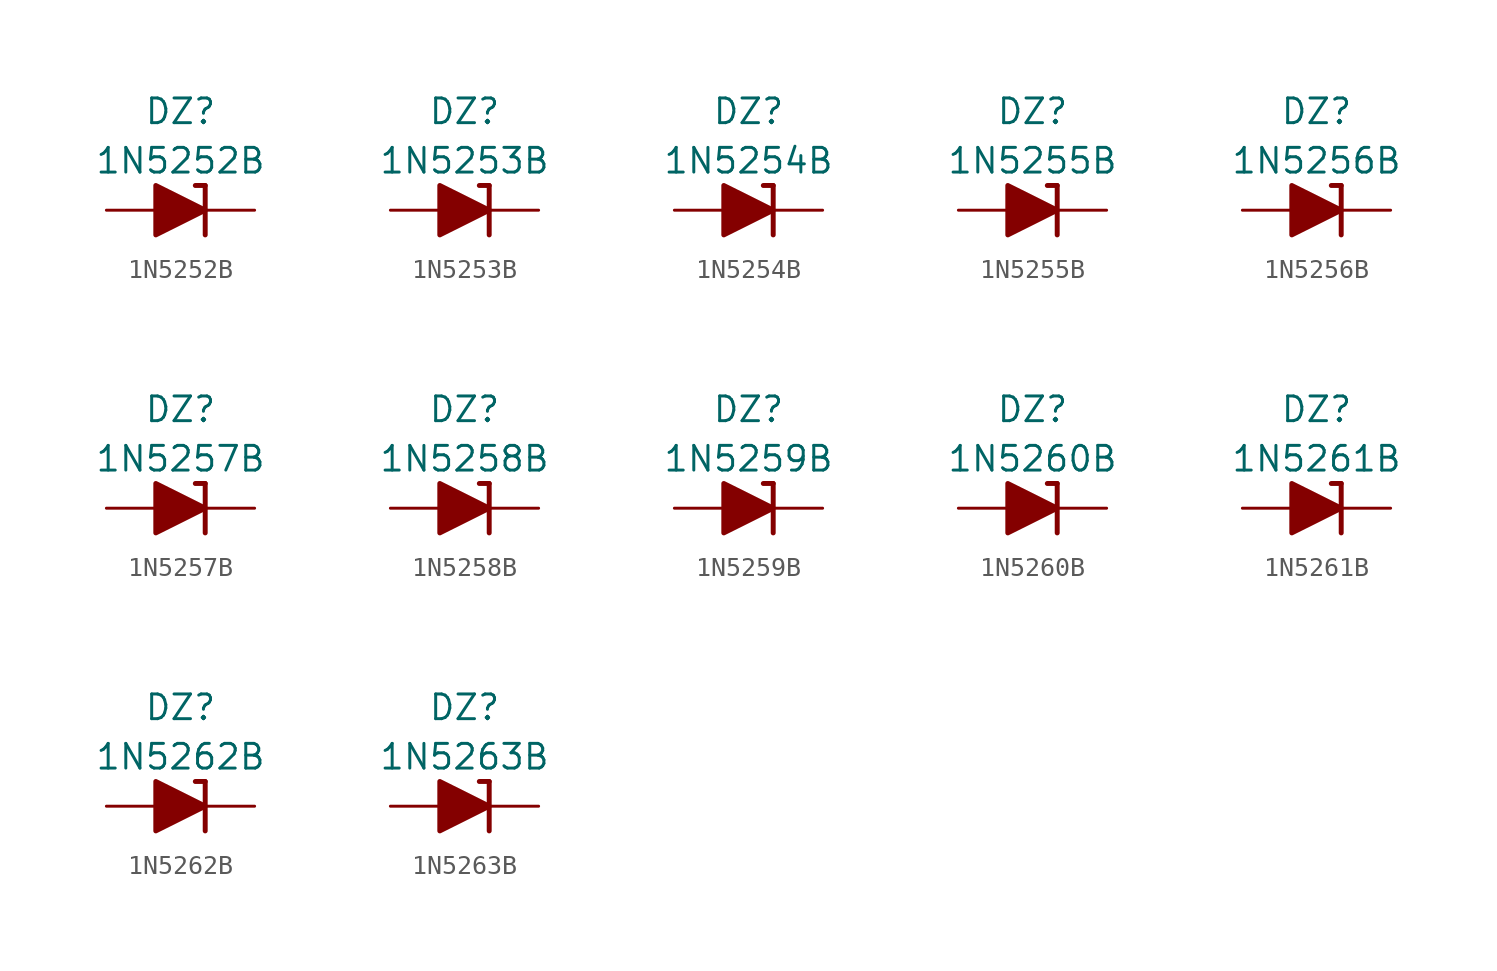
<source format=kicad_sym>
(kicad_symbol_lib
  (version 20211014)
  (generator kicad_symbol_editor)
  (symbol "1N5252B"
    (pin_numbers hide)
    (pin_names
      (offset 1.016) hide)
    (property "Reference" "DZ"
      (at 0 5.08 0)
      (effects (font (size 1.27 1.27))))
    (property "Value" "1N5252B"
      (at 0 2.54 0)
      (effects (font (size 1.27 1.27))))
    (symbol "1N5252B_0_1"
      (polyline (pts (xy -1.27 0) (xy 1.27 0)) (stroke (width 0) (type default) (color 0 0 0 0)) (fill (type none)))
      (polyline (pts (xy 1.27 1.27) (xy 0.762 1.27)) (stroke (width 0.254) (type default) (color 0 0 0 0)) (fill (type none)))
      (polyline (pts (xy 1.27 1.27) (xy 1.27 -1.27)) (stroke (width 0.254) (type default) (color 0 0 0 0)) (fill (type none)))
      (polyline (pts (xy -1.27 -1.27) (xy -1.27 1.27) (xy 1.27 0) (xy -1.27 -1.27)) (stroke (width 0.254) (type default) (color 0 0 0 0)) (fill (type outline))))
    (symbol "1N5252B_1_1"
      (pin passive line (at 3.81 0 180) (length 2.54) (name "K" (effects (font (size 1.27 1.27)))) (number "1" (effects (font (size 1.27 1.27)))))
      (pin passive line (at -3.81 0 0) (length 2.54) (name "A" (effects (font (size 1.27 1.27)))) (number "2" (effects (font (size 1.27 1.27)))))))
  (symbol "1N5253B"
    (pin_numbers hide)
    (pin_names
      (offset 1.016) hide)
    (property "Reference" "DZ"
      (at 0 5.08 0)
      (effects (font (size 1.27 1.27))))
    (property "Value" "1N5253B"
      (at 0 2.54 0)
      (effects (font (size 1.27 1.27))))
    (symbol "1N5253B_0_1"
      (polyline (pts (xy -1.27 0) (xy 1.27 0)) (stroke (width 0) (type default) (color 0 0 0 0)) (fill (type none)))
      (polyline (pts (xy 1.27 1.27) (xy 0.762 1.27)) (stroke (width 0.254) (type default) (color 0 0 0 0)) (fill (type none)))
      (polyline (pts (xy 1.27 1.27) (xy 1.27 -1.27)) (stroke (width 0.254) (type default) (color 0 0 0 0)) (fill (type none)))
      (polyline (pts (xy -1.27 -1.27) (xy -1.27 1.27) (xy 1.27 0) (xy -1.27 -1.27)) (stroke (width 0.254) (type default) (color 0 0 0 0)) (fill (type outline))))
    (symbol "1N5253B_1_1"
      (pin passive line (at 3.81 0 180) (length 2.54) (name "K" (effects (font (size 1.27 1.27)))) (number "1" (effects (font (size 1.27 1.27)))))
      (pin passive line (at -3.81 0 0) (length 2.54) (name "A" (effects (font (size 1.27 1.27)))) (number "2" (effects (font (size 1.27 1.27)))))))
  (symbol "1N5254B"
    (pin_numbers hide)
    (pin_names
      (offset 1.016) hide)
    (property "Reference" "DZ"
      (at 0 5.08 0)
      (effects (font (size 1.27 1.27))))
    (property "Value" "1N5254B"
      (at 0 2.54 0)
      (effects (font (size 1.27 1.27))))
    (symbol "1N5254B_0_1"
      (polyline (pts (xy -1.27 0) (xy 1.27 0)) (stroke (width 0) (type default) (color 0 0 0 0)) (fill (type none)))
      (polyline (pts (xy 1.27 1.27) (xy 0.762 1.27)) (stroke (width 0.254) (type default) (color 0 0 0 0)) (fill (type none)))
      (polyline (pts (xy 1.27 1.27) (xy 1.27 -1.27)) (stroke (width 0.254) (type default) (color 0 0 0 0)) (fill (type none)))
      (polyline (pts (xy -1.27 -1.27) (xy -1.27 1.27) (xy 1.27 0) (xy -1.27 -1.27)) (stroke (width 0.254) (type default) (color 0 0 0 0)) (fill (type outline))))
    (symbol "1N5254B_1_1"
      (pin passive line (at 3.81 0 180) (length 2.54) (name "K" (effects (font (size 1.27 1.27)))) (number "1" (effects (font (size 1.27 1.27)))))
      (pin passive line (at -3.81 0 0) (length 2.54) (name "A" (effects (font (size 1.27 1.27)))) (number "2" (effects (font (size 1.27 1.27)))))))
  (symbol "1N5255B"
    (pin_numbers hide)
    (pin_names
      (offset 1.016) hide)
    (property "Reference" "DZ"
      (at 0 5.08 0)
      (effects (font (size 1.27 1.27))))
    (property "Value" "1N5255B"
      (at 0 2.54 0)
      (effects (font (size 1.27 1.27))))
    (symbol "1N5255B_0_1"
      (polyline (pts (xy -1.27 0) (xy 1.27 0)) (stroke (width 0) (type default) (color 0 0 0 0)) (fill (type none)))
      (polyline (pts (xy 1.27 1.27) (xy 0.762 1.27)) (stroke (width 0.254) (type default) (color 0 0 0 0)) (fill (type none)))
      (polyline (pts (xy 1.27 1.27) (xy 1.27 -1.27)) (stroke (width 0.254) (type default) (color 0 0 0 0)) (fill (type none)))
      (polyline (pts (xy -1.27 -1.27) (xy -1.27 1.27) (xy 1.27 0) (xy -1.27 -1.27)) (stroke (width 0.254) (type default) (color 0 0 0 0)) (fill (type outline))))
    (symbol "1N5255B_1_1"
      (pin passive line (at 3.81 0 180) (length 2.54) (name "K" (effects (font (size 1.27 1.27)))) (number "1" (effects (font (size 1.27 1.27)))))
      (pin passive line (at -3.81 0 0) (length 2.54) (name "A" (effects (font (size 1.27 1.27)))) (number "2" (effects (font (size 1.27 1.27)))))))
  (symbol "1N5256B"
    (pin_numbers hide)
    (pin_names
      (offset 1.016) hide)
    (property "Reference" "DZ"
      (at 0 5.08 0)
      (effects (font (size 1.27 1.27))))
    (property "Value" "1N5256B"
      (at 0 2.54 0)
      (effects (font (size 1.27 1.27))))
    (symbol "1N5256B_0_1"
      (polyline (pts (xy -1.27 0) (xy 1.27 0)) (stroke (width 0) (type default) (color 0 0 0 0)) (fill (type none)))
      (polyline (pts (xy 1.27 1.27) (xy 0.762 1.27)) (stroke (width 0.254) (type default) (color 0 0 0 0)) (fill (type none)))
      (polyline (pts (xy 1.27 1.27) (xy 1.27 -1.27)) (stroke (width 0.254) (type default) (color 0 0 0 0)) (fill (type none)))
      (polyline (pts (xy -1.27 -1.27) (xy -1.27 1.27) (xy 1.27 0) (xy -1.27 -1.27)) (stroke (width 0.254) (type default) (color 0 0 0 0)) (fill (type outline))))
    (symbol "1N5256B_1_1"
      (pin passive line (at 3.81 0 180) (length 2.54) (name "K" (effects (font (size 1.27 1.27)))) (number "1" (effects (font (size 1.27 1.27)))))
      (pin passive line (at -3.81 0 0) (length 2.54) (name "A" (effects (font (size 1.27 1.27)))) (number "2" (effects (font (size 1.27 1.27)))))))
  (symbol "1N5257B"
    (pin_numbers hide)
    (pin_names
      (offset 1.016) hide)
    (property "Reference" "DZ"
      (at 0 5.08 0)
      (effects (font (size 1.27 1.27))))
    (property "Value" "1N5257B"
      (at 0 2.54 0)
      (effects (font (size 1.27 1.27))))
    (symbol "1N5257B_0_1"
      (polyline (pts (xy -1.27 0) (xy 1.27 0)) (stroke (width 0) (type default) (color 0 0 0 0)) (fill (type none)))
      (polyline (pts (xy 1.27 1.27) (xy 0.762 1.27)) (stroke (width 0.254) (type default) (color 0 0 0 0)) (fill (type none)))
      (polyline (pts (xy 1.27 1.27) (xy 1.27 -1.27)) (stroke (width 0.254) (type default) (color 0 0 0 0)) (fill (type none)))
      (polyline (pts (xy -1.27 -1.27) (xy -1.27 1.27) (xy 1.27 0) (xy -1.27 -1.27)) (stroke (width 0.254) (type default) (color 0 0 0 0)) (fill (type outline))))
    (symbol "1N5257B_1_1"
      (pin passive line (at 3.81 0 180) (length 2.54) (name "K" (effects (font (size 1.27 1.27)))) (number "1" (effects (font (size 1.27 1.27)))))
      (pin passive line (at -3.81 0 0) (length 2.54) (name "A" (effects (font (size 1.27 1.27)))) (number "2" (effects (font (size 1.27 1.27)))))))
  (symbol "1N5258B"
    (pin_numbers hide)
    (pin_names
      (offset 1.016) hide)
    (property "Reference" "DZ"
      (at 0 5.08 0)
      (effects (font (size 1.27 1.27))))
    (property "Value" "1N5258B"
      (at 0 2.54 0)
      (effects (font (size 1.27 1.27))))
    (symbol "1N5258B_0_1"
      (polyline (pts (xy -1.27 0) (xy 1.27 0)) (stroke (width 0) (type default) (color 0 0 0 0)) (fill (type none)))
      (polyline (pts (xy 1.27 1.27) (xy 0.762 1.27)) (stroke (width 0.254) (type default) (color 0 0 0 0)) (fill (type none)))
      (polyline (pts (xy 1.27 1.27) (xy 1.27 -1.27)) (stroke (width 0.254) (type default) (color 0 0 0 0)) (fill (type none)))
      (polyline (pts (xy -1.27 -1.27) (xy -1.27 1.27) (xy 1.27 0) (xy -1.27 -1.27)) (stroke (width 0.254) (type default) (color 0 0 0 0)) (fill (type outline))))
    (symbol "1N5258B_1_1"
      (pin passive line (at 3.81 0 180) (length 2.54) (name "K" (effects (font (size 1.27 1.27)))) (number "1" (effects (font (size 1.27 1.27)))))
      (pin passive line (at -3.81 0 0) (length 2.54) (name "A" (effects (font (size 1.27 1.27)))) (number "2" (effects (font (size 1.27 1.27)))))))
  (symbol "1N5259B"
    (pin_numbers hide)
    (pin_names
      (offset 1.016) hide)
    (property "Reference" "DZ"
      (at 0 5.08 0)
      (effects (font (size 1.27 1.27))))
    (property "Value" "1N5259B"
      (at 0 2.54 0)
      (effects (font (size 1.27 1.27))))
    (symbol "1N5259B_0_1"
      (polyline (pts (xy -1.27 0) (xy 1.27 0)) (stroke (width 0) (type default) (color 0 0 0 0)) (fill (type none)))
      (polyline (pts (xy 1.27 1.27) (xy 0.762 1.27)) (stroke (width 0.254) (type default) (color 0 0 0 0)) (fill (type none)))
      (polyline (pts (xy 1.27 1.27) (xy 1.27 -1.27)) (stroke (width 0.254) (type default) (color 0 0 0 0)) (fill (type none)))
      (polyline (pts (xy -1.27 -1.27) (xy -1.27 1.27) (xy 1.27 0) (xy -1.27 -1.27)) (stroke (width 0.254) (type default) (color 0 0 0 0)) (fill (type outline))))
    (symbol "1N5259B_1_1"
      (pin passive line (at 3.81 0 180) (length 2.54) (name "K" (effects (font (size 1.27 1.27)))) (number "1" (effects (font (size 1.27 1.27)))))
      (pin passive line (at -3.81 0 0) (length 2.54) (name "A" (effects (font (size 1.27 1.27)))) (number "2" (effects (font (size 1.27 1.27)))))))
  (symbol "1N5260B"
    (pin_numbers hide)
    (pin_names
      (offset 1.016) hide)
    (property "Reference" "DZ"
      (at 0 5.08 0)
      (effects (font (size 1.27 1.27))))
    (property "Value" "1N5260B"
      (at 0 2.54 0)
      (effects (font (size 1.27 1.27))))
    (symbol "1N5260B_0_1"
      (polyline (pts (xy -1.27 0) (xy 1.27 0)) (stroke (width 0) (type default) (color 0 0 0 0)) (fill (type none)))
      (polyline (pts (xy 1.27 1.27) (xy 0.762 1.27)) (stroke (width 0.254) (type default) (color 0 0 0 0)) (fill (type none)))
      (polyline (pts (xy 1.27 1.27) (xy 1.27 -1.27)) (stroke (width 0.254) (type default) (color 0 0 0 0)) (fill (type none)))
      (polyline (pts (xy -1.27 -1.27) (xy -1.27 1.27) (xy 1.27 0) (xy -1.27 -1.27)) (stroke (width 0.254) (type default) (color 0 0 0 0)) (fill (type outline))))
    (symbol "1N5260B_1_1"
      (pin passive line (at 3.81 0 180) (length 2.54) (name "K" (effects (font (size 1.27 1.27)))) (number "1" (effects (font (size 1.27 1.27)))))
      (pin passive line (at -3.81 0 0) (length 2.54) (name "A" (effects (font (size 1.27 1.27)))) (number "2" (effects (font (size 1.27 1.27)))))))
  (symbol "1N5261B"
    (pin_numbers hide)
    (pin_names
      (offset 1.016) hide)
    (property "Reference" "DZ"
      (at 0 5.08 0)
      (effects (font (size 1.27 1.27))))
    (property "Value" "1N5261B"
      (at 0 2.54 0)
      (effects (font (size 1.27 1.27))))
    (symbol "1N5261B_0_1"
      (polyline (pts (xy -1.27 0) (xy 1.27 0)) (stroke (width 0) (type default) (color 0 0 0 0)) (fill (type none)))
      (polyline (pts (xy 1.27 1.27) (xy 0.762 1.27)) (stroke (width 0.254) (type default) (color 0 0 0 0)) (fill (type none)))
      (polyline (pts (xy 1.27 1.27) (xy 1.27 -1.27)) (stroke (width 0.254) (type default) (color 0 0 0 0)) (fill (type none)))
      (polyline (pts (xy -1.27 -1.27) (xy -1.27 1.27) (xy 1.27 0) (xy -1.27 -1.27)) (stroke (width 0.254) (type default) (color 0 0 0 0)) (fill (type outline))))
    (symbol "1N5261B_1_1"
      (pin passive line (at 3.81 0 180) (length 2.54) (name "K" (effects (font (size 1.27 1.27)))) (number "1" (effects (font (size 1.27 1.27)))))
      (pin passive line (at -3.81 0 0) (length 2.54) (name "A" (effects (font (size 1.27 1.27)))) (number "2" (effects (font (size 1.27 1.27)))))))
  (symbol "1N5262B"
    (pin_numbers hide)
    (pin_names
      (offset 1.016) hide)
    (property "Reference" "DZ"
      (at 0 5.08 0)
      (effects (font (size 1.27 1.27))))
    (property "Value" "1N5262B"
      (at 0 2.54 0)
      (effects (font (size 1.27 1.27))))
    (symbol "1N5262B_0_1"
      (polyline (pts (xy -1.27 0) (xy 1.27 0)) (stroke (width 0) (type default) (color 0 0 0 0)) (fill (type none)))
      (polyline (pts (xy 1.27 1.27) (xy 0.762 1.27)) (stroke (width 0.254) (type default) (color 0 0 0 0)) (fill (type none)))
      (polyline (pts (xy 1.27 1.27) (xy 1.27 -1.27)) (stroke (width 0.254) (type default) (color 0 0 0 0)) (fill (type none)))
      (polyline (pts (xy -1.27 -1.27) (xy -1.27 1.27) (xy 1.27 0) (xy -1.27 -1.27)) (stroke (width 0.254) (type default) (color 0 0 0 0)) (fill (type outline))))
    (symbol "1N5262B_1_1"
      (pin passive line (at 3.81 0 180) (length 2.54) (name "K" (effects (font (size 1.27 1.27)))) (number "1" (effects (font (size 1.27 1.27)))))
      (pin passive line (at -3.81 0 0) (length 2.54) (name "A" (effects (font (size 1.27 1.27)))) (number "2" (effects (font (size 1.27 1.27)))))))
  (symbol "1N5263B"
    (pin_numbers hide)
    (pin_names
      (offset 1.016) hide)
    (property "Reference" "DZ"
      (at 0 5.08 0)
      (effects (font (size 1.27 1.27))))
    (property "Value" "1N5263B"
      (at 0 2.54 0)
      (effects (font (size 1.27 1.27))))
    (symbol "1N5263B_0_1"
      (polyline (pts (xy -1.27 0) (xy 1.27 0)) (stroke (width 0) (type default) (color 0 0 0 0)) (fill (type none)))
      (polyline (pts (xy 1.27 1.27) (xy 0.762 1.27)) (stroke (width 0.254) (type default) (color 0 0 0 0)) (fill (type none)))
      (polyline (pts (xy 1.27 1.27) (xy 1.27 -1.27)) (stroke (width 0.254) (type default) (color 0 0 0 0)) (fill (type none)))
      (polyline (pts (xy -1.27 -1.27) (xy -1.27 1.27) (xy 1.27 0) (xy -1.27 -1.27)) (stroke (width 0.254) (type default) (color 0 0 0 0)) (fill (type outline))))
    (symbol "1N5263B_1_1"
      (pin passive line (at 3.81 0 180) (length 2.54) (name "K" (effects (font (size 1.27 1.27)))) (number "1" (effects (font (size 1.27 1.27)))))
      (pin passive line (at -3.81 0 0) (length 2.54) (name "A" (effects (font (size 1.27 1.27)))) (number "2" (effects (font (size 1.27 1.27))))))))
</source>
